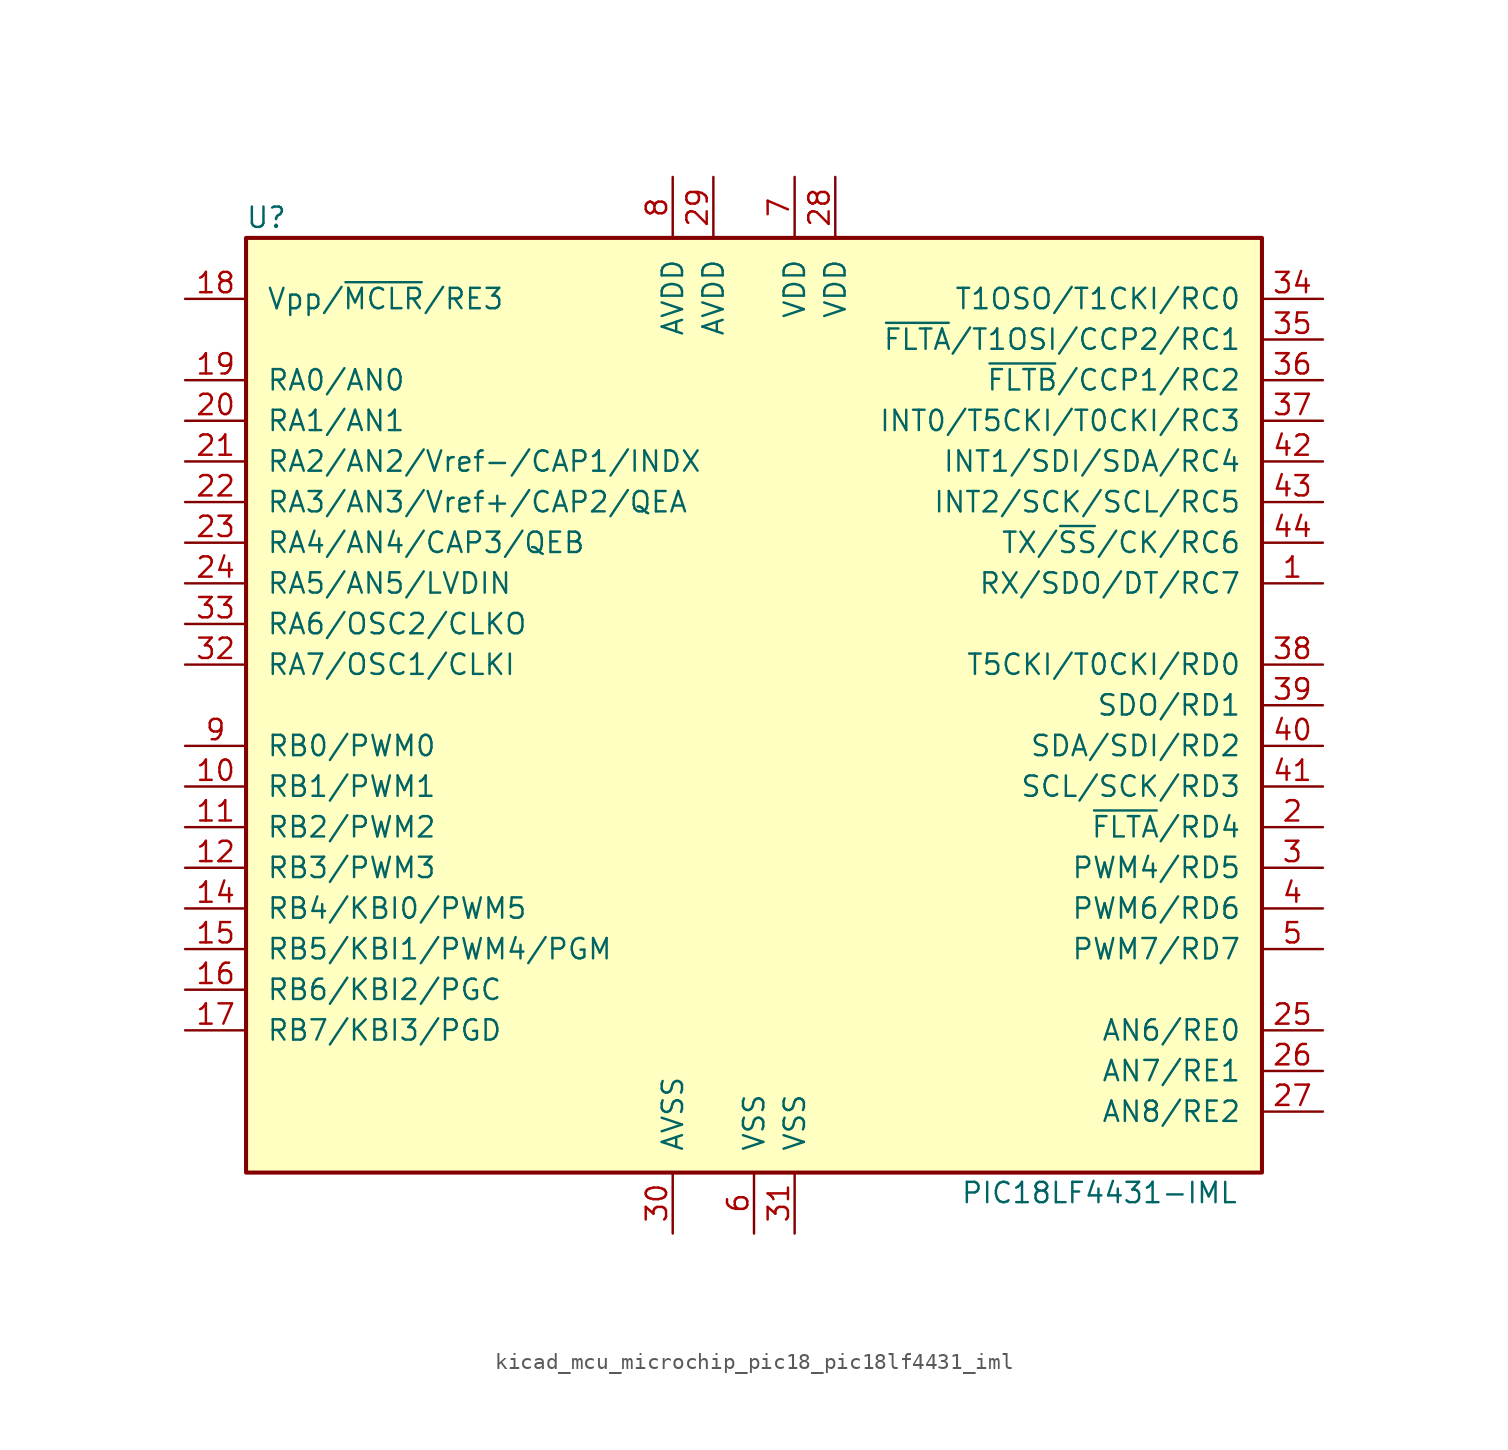
<source format=kicad_sym>
(kicad_symbol_lib
  (version 20220914)
  (generator kicad_symbol_editor)
  (symbol "kicad_mcu_microchip_pic18_pic18lf4431_iml"
    (pin_names
      (offset 1.27))
    (property "Reference" "U"
      (at -30.48 30.48 0)
      (effects (font (size 1.27 1.27))))
    (property "Value" "PIC18LF4431-IML"
      (at 21.59 -30.48 0)
      (effects (font (size 1.27 1.27))))
    (symbol "kicad_mcu_microchip_pic18_pic18lf4431_iml_0_1"
      (rectangle (start -31.75 29.21) (end 31.75 -29.21) (stroke (width 0.254) (type default)) (fill (type background))))
    (symbol "kicad_mcu_microchip_pic18_pic18lf4431_iml_1_1"
      (pin bidirectional line (at 35.56 7.62 180) (length 3.81) (name "RX/SDO/DT/RC7" (effects (font (size 1.27 1.27)))) (number "1" (effects (font (size 1.27 1.27)))))
      (pin bidirectional line (at -35.56 -5.08 0) (length 3.81) (name "RB1/PWM1" (effects (font (size 1.27 1.27)))) (number "10" (effects (font (size 1.27 1.27)))))
      (pin bidirectional line (at -35.56 -7.62 0) (length 3.81) (name "RB2/PWM2" (effects (font (size 1.27 1.27)))) (number "11" (effects (font (size 1.27 1.27)))))
      (pin bidirectional line (at -35.56 -10.16 0) (length 3.81) (name "RB3/PWM3" (effects (font (size 1.27 1.27)))) (number "12" (effects (font (size 1.27 1.27)))))
      (pin no_connect line (at -10.16 -29.21 90) (length 3.81) hide (name "NC" (effects (font (size 1.27 1.27)))) (number "13" (effects (font (size 1.27 1.27)))))
      (pin bidirectional line (at -35.56 -12.7 0) (length 3.81) (name "RB4/KBI0/PWM5" (effects (font (size 1.27 1.27)))) (number "14" (effects (font (size 1.27 1.27)))))
      (pin bidirectional line (at -35.56 -15.24 0) (length 3.81) (name "RB5/KBI1/PWM4/PGM" (effects (font (size 1.27 1.27)))) (number "15" (effects (font (size 1.27 1.27)))))
      (pin bidirectional line (at -35.56 -17.78 0) (length 3.81) (name "RB6/KBI2/PGC" (effects (font (size 1.27 1.27)))) (number "16" (effects (font (size 1.27 1.27)))))
      (pin bidirectional line (at -35.56 -20.32 0) (length 3.81) (name "RB7/KBI3/PGD" (effects (font (size 1.27 1.27)))) (number "17" (effects (font (size 1.27 1.27)))))
      (pin input line (at -35.56 25.4 0) (length 3.81) (name "Vpp/~{MCLR}/RE3" (effects (font (size 1.27 1.27)))) (number "18" (effects (font (size 1.27 1.27)))))
      (pin bidirectional line (at -35.56 20.32 0) (length 3.81) (name "RA0/AN0" (effects (font (size 1.27 1.27)))) (number "19" (effects (font (size 1.27 1.27)))))
      (pin bidirectional line (at 35.56 -7.62 180) (length 3.81) (name "~{FLTA}/RD4" (effects (font (size 1.27 1.27)))) (number "2" (effects (font (size 1.27 1.27)))))
      (pin bidirectional line (at -35.56 17.78 0) (length 3.81) (name "RA1/AN1" (effects (font (size 1.27 1.27)))) (number "20" (effects (font (size 1.27 1.27)))))
      (pin bidirectional line (at -35.56 15.24 0) (length 3.81) (name "RA2/AN2/Vref-/CAP1/INDX" (effects (font (size 1.27 1.27)))) (number "21" (effects (font (size 1.27 1.27)))))
      (pin bidirectional line (at -35.56 12.7 0) (length 3.81) (name "RA3/AN3/Vref+/CAP2/QEA" (effects (font (size 1.27 1.27)))) (number "22" (effects (font (size 1.27 1.27)))))
      (pin bidirectional line (at -35.56 10.16 0) (length 3.81) (name "RA4/AN4/CAP3/QEB" (effects (font (size 1.27 1.27)))) (number "23" (effects (font (size 1.27 1.27)))))
      (pin bidirectional line (at -35.56 7.62 0) (length 3.81) (name "RA5/AN5/LVDIN" (effects (font (size 1.27 1.27)))) (number "24" (effects (font (size 1.27 1.27)))))
      (pin bidirectional line (at 35.56 -20.32 180) (length 3.81) (name "AN6/RE0" (effects (font (size 1.27 1.27)))) (number "25" (effects (font (size 1.27 1.27)))))
      (pin bidirectional line (at 35.56 -22.86 180) (length 3.81) (name "AN7/RE1" (effects (font (size 1.27 1.27)))) (number "26" (effects (font (size 1.27 1.27)))))
      (pin bidirectional line (at 35.56 -25.4 180) (length 3.81) (name "AN8/RE2" (effects (font (size 1.27 1.27)))) (number "27" (effects (font (size 1.27 1.27)))))
      (pin power_in line (at 5.08 33.02 270) (length 3.81) (name "VDD" (effects (font (size 1.27 1.27)))) (number "28" (effects (font (size 1.27 1.27)))))
      (pin power_in line (at -2.54 33.02 270) (length 3.81) (name "AVDD" (effects (font (size 1.27 1.27)))) (number "29" (effects (font (size 1.27 1.27)))))
      (pin bidirectional line (at 35.56 -10.16 180) (length 3.81) (name "PWM4/RD5" (effects (font (size 1.27 1.27)))) (number "3" (effects (font (size 1.27 1.27)))))
      (pin power_in line (at -5.08 -33.02 90) (length 3.81) (name "AVSS" (effects (font (size 1.27 1.27)))) (number "30" (effects (font (size 1.27 1.27)))))
      (pin power_in line (at 2.54 -33.02 90) (length 3.81) (name "VSS" (effects (font (size 1.27 1.27)))) (number "31" (effects (font (size 1.27 1.27)))))
      (pin bidirectional line (at -35.56 2.54 0) (length 3.81) (name "RA7/OSC1/CLKI" (effects (font (size 1.27 1.27)))) (number "32" (effects (font (size 1.27 1.27)))))
      (pin bidirectional line (at -35.56 5.08 0) (length 3.81) (name "RA6/OSC2/CLKO" (effects (font (size 1.27 1.27)))) (number "33" (effects (font (size 1.27 1.27)))))
      (pin bidirectional line (at 35.56 25.4 180) (length 3.81) (name "T1OSO/T1CKI/RC0" (effects (font (size 1.27 1.27)))) (number "34" (effects (font (size 1.27 1.27)))))
      (pin bidirectional line (at 35.56 22.86 180) (length 3.81) (name "~{FLTA}/T1OSI/CCP2/RC1" (effects (font (size 1.27 1.27)))) (number "35" (effects (font (size 1.27 1.27)))))
      (pin bidirectional line (at 35.56 20.32 180) (length 3.81) (name "~{FLTB}/CCP1/RC2" (effects (font (size 1.27 1.27)))) (number "36" (effects (font (size 1.27 1.27)))))
      (pin bidirectional line (at 35.56 17.78 180) (length 3.81) (name "INT0/T5CKI/T0CKI/RC3" (effects (font (size 1.27 1.27)))) (number "37" (effects (font (size 1.27 1.27)))))
      (pin bidirectional line (at 35.56 2.54 180) (length 3.81) (name "T5CKI/T0CKI/RD0" (effects (font (size 1.27 1.27)))) (number "38" (effects (font (size 1.27 1.27)))))
      (pin bidirectional line (at 35.56 0 180) (length 3.81) (name "SDO/RD1" (effects (font (size 1.27 1.27)))) (number "39" (effects (font (size 1.27 1.27)))))
      (pin bidirectional line (at 35.56 -12.7 180) (length 3.81) (name "PWM6/RD6" (effects (font (size 1.27 1.27)))) (number "4" (effects (font (size 1.27 1.27)))))
      (pin bidirectional line (at 35.56 -2.54 180) (length 3.81) (name "SDA/SDI/RD2" (effects (font (size 1.27 1.27)))) (number "40" (effects (font (size 1.27 1.27)))))
      (pin bidirectional line (at 35.56 -5.08 180) (length 3.81) (name "SCL/SCK/RD3" (effects (font (size 1.27 1.27)))) (number "41" (effects (font (size 1.27 1.27)))))
      (pin bidirectional line (at 35.56 15.24 180) (length 3.81) (name "INT1/SDI/SDA/RC4" (effects (font (size 1.27 1.27)))) (number "42" (effects (font (size 1.27 1.27)))))
      (pin bidirectional line (at 35.56 12.7 180) (length 3.81) (name "INT2/SCK/SCL/RC5" (effects (font (size 1.27 1.27)))) (number "43" (effects (font (size 1.27 1.27)))))
      (pin bidirectional line (at 35.56 10.16 180) (length 3.81) (name "TX/~{SS}/CK/RC6" (effects (font (size 1.27 1.27)))) (number "44" (effects (font (size 1.27 1.27)))))
      (pin bidirectional line (at 35.56 -15.24 180) (length 3.81) (name "PWM7/RD7" (effects (font (size 1.27 1.27)))) (number "5" (effects (font (size 1.27 1.27)))))
      (pin power_in line (at 0 -33.02 90) (length 3.81) (name "VSS" (effects (font (size 1.27 1.27)))) (number "6" (effects (font (size 1.27 1.27)))))
      (pin power_in line (at 2.54 33.02 270) (length 3.81) (name "VDD" (effects (font (size 1.27 1.27)))) (number "7" (effects (font (size 1.27 1.27)))))
      (pin power_in line (at -5.08 33.02 270) (length 3.81) (name "AVDD" (effects (font (size 1.27 1.27)))) (number "8" (effects (font (size 1.27 1.27)))))
      (pin bidirectional line (at -35.56 -2.54 0) (length 3.81) (name "RB0/PWM0" (effects (font (size 1.27 1.27)))) (number "9" (effects (font (size 1.27 1.27))))))))
</source>
